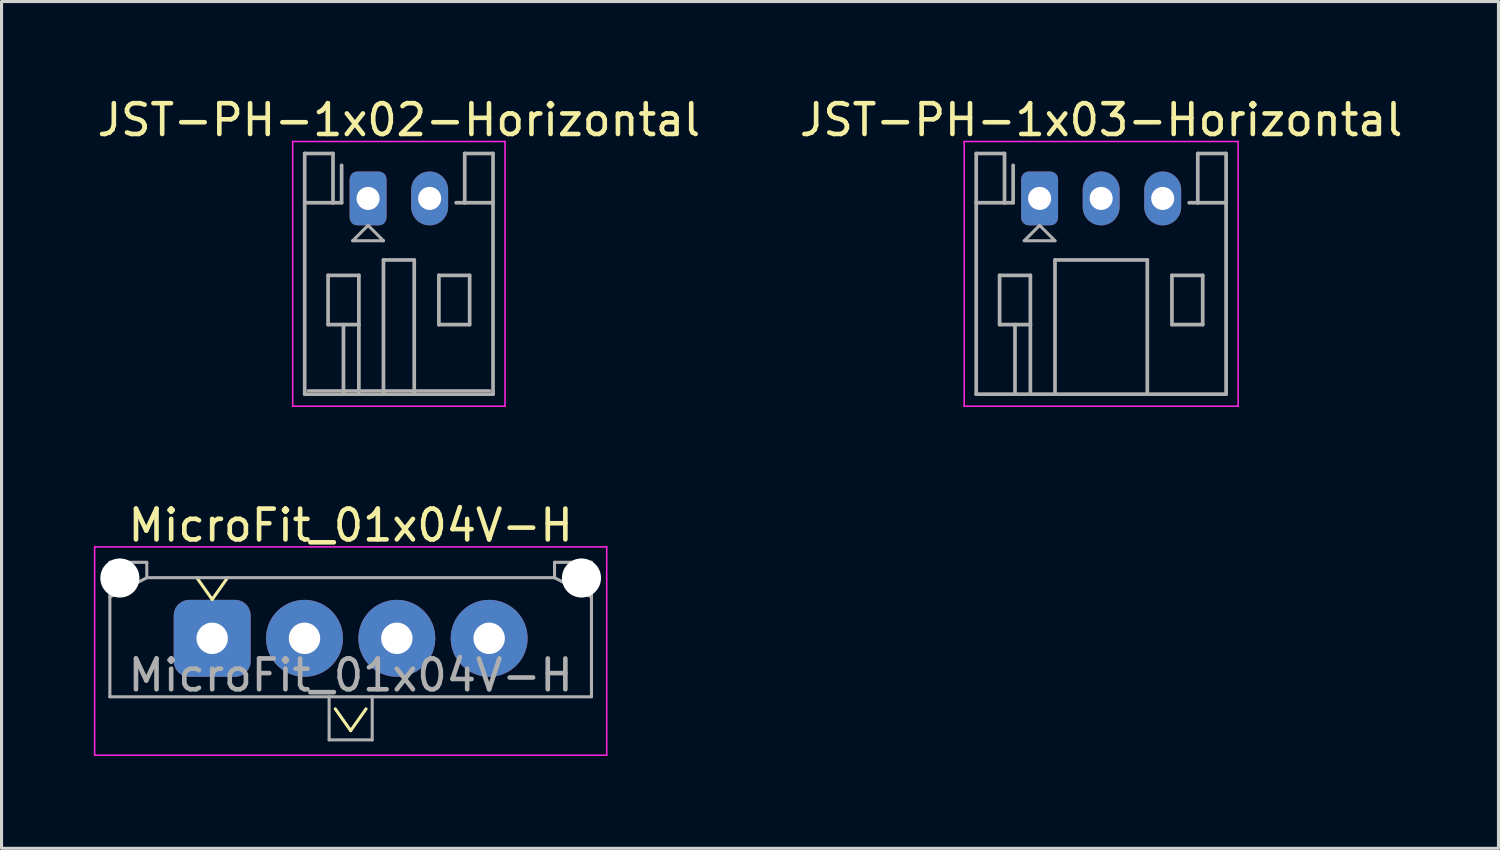
<source format=kicad_pcb>
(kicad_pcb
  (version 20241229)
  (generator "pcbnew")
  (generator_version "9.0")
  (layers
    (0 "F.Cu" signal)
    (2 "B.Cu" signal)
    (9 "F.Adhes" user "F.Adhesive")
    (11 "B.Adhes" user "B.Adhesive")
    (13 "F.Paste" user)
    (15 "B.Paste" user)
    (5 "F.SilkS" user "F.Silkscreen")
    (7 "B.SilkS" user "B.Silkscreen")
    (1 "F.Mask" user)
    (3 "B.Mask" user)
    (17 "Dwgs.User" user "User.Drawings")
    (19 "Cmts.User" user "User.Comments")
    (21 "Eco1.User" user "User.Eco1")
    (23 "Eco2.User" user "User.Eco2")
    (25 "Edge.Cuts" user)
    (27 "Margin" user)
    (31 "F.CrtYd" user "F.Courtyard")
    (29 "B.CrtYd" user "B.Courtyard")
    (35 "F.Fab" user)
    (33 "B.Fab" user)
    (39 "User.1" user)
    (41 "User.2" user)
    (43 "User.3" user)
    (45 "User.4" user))
  (footprint "JST-PH-1x03-Horizontal"
    (layer "F.Cu")
    (at 30.732 3.398)
    (property "Reference" "JST-PH-1x03-Horizontal" (at 2 -2.55 0) (layer "F.SilkS") (effects (font (size 1 1) (thickness 0.15))))
    (attr through_hole)
    (fp_line (start -2.45 -1.85) (end -2.45 6.75) (stroke (width 0.05) (type solid)) (layer "F.CrtYd"))
    (fp_line (start -2.45 6.75) (end 6.45 6.75) (stroke (width 0.05) (type solid)) (layer "F.CrtYd"))
    (fp_line (start 6.45 -1.85) (end -2.45 -1.85) (stroke (width 0.05) (type solid)) (layer "F.CrtYd"))
    (fp_line (start 6.45 6.75) (end 6.45 -1.85) (stroke (width 0.05) (type solid)) (layer "F.CrtYd"))
    (fp_line (start -2.06 -1.46) (end -2.06 6.36) (stroke (width 0.12) (type solid)) (layer "F.Fab"))
    (fp_line (start -2.06 0.14) (end -1.14 0.14) (stroke (width 0.12) (type solid)) (layer "F.Fab"))
    (fp_line (start -2.06 6.36) (end 6.06 6.36) (stroke (width 0.12) (type solid)) (layer "F.Fab"))
    (fp_line (start -1.3 2.5) (end -1.3 4.1) (stroke (width 0.12) (type solid)) (layer "F.Fab"))
    (fp_line (start -1.3 4.1) (end -0.3 4.1) (stroke (width 0.12) (type solid)) (layer "F.Fab"))
    (fp_line (start -1.14 -1.46) (end -2.06 -1.46) (stroke (width 0.12) (type solid)) (layer "F.Fab"))
    (fp_line (start -1.14 0.14) (end -1.14 -1.46) (stroke (width 0.12) (type solid)) (layer "F.Fab"))
    (fp_line (start -0.86 0.14) (end -1.14 0.14) (stroke (width 0.12) (type solid)) (layer "F.Fab"))
    (fp_line (start -0.86 0.14) (end -0.86 -1.075) (stroke (width 0.12) (type solid)) (layer "F.Fab"))
    (fp_line (start -0.8 4.1) (end -0.8 6.36) (stroke (width 0.12) (type solid)) (layer "F.Fab"))
    (fp_line (start -0.5 1.375) (end 0.5 1.375) (stroke (width 0.1) (type solid)) (layer "F.Fab"))
    (fp_line (start -0.3 2.5) (end -1.3 2.5) (stroke (width 0.12) (type solid)) (layer "F.Fab"))
    (fp_line (start -0.3 4.1) (end -0.3 2.5) (stroke (width 0.12) (type solid)) (layer "F.Fab"))
    (fp_line (start -0.3 4.1) (end -0.3 6.36) (stroke (width 0.12) (type solid)) (layer "F.Fab"))
    (fp_line (start 0 0.875) (end -0.5 1.375) (stroke (width 0.1) (type solid)) (layer "F.Fab"))
    (fp_line (start 0.5 1.375) (end 0 0.875) (stroke (width 0.1) (type solid)) (layer "F.Fab"))
    (fp_line (start 0.5 2) (end 3.5 2) (stroke (width 0.12) (type solid)) (layer "F.Fab"))
    (fp_line (start 0.5 6.36) (end 0.5 2) (stroke (width 0.12) (type solid)) (layer "F.Fab"))
    (fp_line (start 3.5 2) (end 3.5 6.36) (stroke (width 0.12) (type solid)) (layer "F.Fab"))
    (fp_line (start 4.3 2.5) (end 5.3 2.5) (stroke (width 0.12) (type solid)) (layer "F.Fab"))
    (fp_line (start 4.3 4.1) (end 4.3 2.5) (stroke (width 0.12) (type solid)) (layer "F.Fab"))
    (fp_line (start 5.14 -1.46) (end 5.14 0.14) (stroke (width 0.12) (type solid)) (layer "F.Fab"))
    (fp_line (start 5.14 0.14) (end 4.86 0.14) (stroke (width 0.12) (type solid)) (layer "F.Fab"))
    (fp_line (start 5.3 2.5) (end 5.3 4.1) (stroke (width 0.12) (type solid)) (layer "F.Fab"))
    (fp_line (start 5.3 4.1) (end 4.3 4.1) (stroke (width 0.12) (type solid)) (layer "F.Fab"))
    (fp_line (start 6.06 -1.46) (end 5.14 -1.46) (stroke (width 0.12) (type solid)) (layer "F.Fab"))
    (fp_line (start 6.06 0.14) (end 5.14 0.14) (stroke (width 0.12) (type solid)) (layer "F.Fab"))
    (fp_line (start 6.06 6.36) (end 6.06 -1.46) (stroke (width 0.12) (type solid)) (layer "F.Fab"))
    (pad "1" thru_hole roundrect (at 0 0) (size 1.2 1.75) (drill 0.75) (layers "*.Cu" "*.Mask") (roundrect_rratio 0.208))
    (pad "2" thru_hole oval (at 2 0) (size 1.2 1.75) (drill 0.75) (layers "*.Cu" "*.Mask"))
    (pad "3" thru_hole oval (at 4 0) (size 1.2 1.75) (drill 0.75) (layers "*.Cu" "*.Mask")))
  (footprint "MicroFit_01x04V-H"
    (layer "F.Cu")
    (at 8.345 17.692)
    (property "Reference" "MicroFit_01x04V-H" (at 0 -3.67 0) (layer "F.SilkS") (effects (font (size 1 1) (thickness 0.15))))
    (attr through_hole)
    (fp_line (start -5 -1.97) (end -4.5 -1.263) (stroke (width 0.1) (type solid)) (layer "F.SilkS"))
    (fp_line (start -4.5 -1.263) (end -4 -1.97) (stroke (width 0.1) (type solid)) (layer "F.SilkS"))
    (fp_line (start -0.5 2.293) (end 0 3) (stroke (width 0.1) (type solid)) (layer "F.SilkS"))
    (fp_line (start 0 3) (end 0.5 2.293) (stroke (width 0.1) (type solid)) (layer "F.SilkS"))
    (fp_line (start -8.32 -2.97) (end 8.32 -2.97) (stroke (width 0.05) (type solid)) (layer "F.CrtYd"))
    (fp_line (start -8.32 3.8) (end -8.32 -2.97) (stroke (width 0.05) (type solid)) (layer "F.CrtYd"))
    (fp_line (start 8.32 -2.97) (end 8.32 3.8) (stroke (width 0.05) (type solid)) (layer "F.CrtYd"))
    (fp_line (start 8.32 3.8) (end -8.32 3.8) (stroke (width 0.05) (type solid)) (layer "F.CrtYd"))
    (fp_line (start -7.825 -2.47) (end -7.825 1.9) (stroke (width 0.1) (type solid)) (layer "F.Fab"))
    (fp_line (start -7.825 -1.34) (end -6.625 -1.97) (stroke (width 0.1) (type solid)) (layer "F.Fab"))
    (fp_line (start -7.825 1.9) (end 7.825 1.9) (stroke (width 0.1) (type solid)) (layer "F.Fab"))
    (fp_line (start -6.625 -2.47) (end -7.825 -2.47) (stroke (width 0.1) (type solid)) (layer "F.Fab"))
    (fp_line (start -6.625 -1.97) (end -6.625 -2.47) (stroke (width 0.1) (type solid)) (layer "F.Fab"))
    (fp_line (start -0.7 1.9) (end -0.7 3.3) (stroke (width 0.1) (type solid)) (layer "F.Fab"))
    (fp_line (start -0.7 3.3) (end 0.7 3.3) (stroke (width 0.1) (type solid)) (layer "F.Fab"))
    (fp_line (start 0.7 3.3) (end 0.7 1.9) (stroke (width 0.1) (type solid)) (layer "F.Fab"))
    (fp_line (start 6.625 -2.47) (end 6.625 -1.97) (stroke (width 0.1) (type solid)) (layer "F.Fab"))
    (fp_line (start 6.625 -1.97) (end -6.625 -1.97) (stroke (width 0.1) (type solid)) (layer "F.Fab"))
    (fp_line (start 7.825 -2.47) (end 6.625 -2.47) (stroke (width 0.1) (type solid)) (layer "F.Fab"))
    (fp_line (start 7.825 -1.34) (end 6.625 -1.97) (stroke (width 0.1) (type solid)) (layer "F.Fab"))
    (fp_line (start 7.825 1.9) (end 7.825 -2.47) (stroke (width 0.1) (type solid)) (layer "F.Fab"))
    (fp_text user "${REFERENCE}" (at 0 1.2 0) (layer "F.Fab") (effects (font (size 1 1) (thickness 0.15))))
    (pad "" np_thru_hole circle (at -7.5 -1.96) (size 1.27 1.27) (drill 1.27) (layers "*.Cu" "*.Mask"))
    (pad "" np_thru_hole circle (at 7.5 -1.96) (size 1.27 1.27) (drill 1.27) (layers "*.Cu" "*.Mask"))
    (pad "1" thru_hole roundrect (at -4.5 0) (size 2.5 2.5) (drill 1.02) (layers "*.Cu" "*.Mask") (roundrect_rratio 0.2))
    (pad "2" thru_hole circle (at -1.5 0) (size 2.5 2.5) (drill 1.02) (layers "*.Cu" "*.Mask"))
    (pad "3" thru_hole circle (at 1.5 0) (size 2.5 2.5) (drill 1.02) (layers "*.Cu" "*.Mask"))
    (pad "4" thru_hole circle (at 4.5 0) (size 2.5 2.5) (drill 1.02) (layers "*.Cu" "*.Mask")))
  (footprint "JST-PH-1x02-Horizontal"
    (layer "F.Cu")
    (at 8.911 3.398)
    (property "Reference" "JST-PH-1x02-Horizontal" (at 1 -2.55 0) (layer "F.SilkS") (effects (font (size 1 1) (thickness 0.15))))
    (attr through_hole)
    (fp_line (start -2.45 -1.85) (end -2.45 6.75) (stroke (width 0.05) (type solid)) (layer "F.CrtYd"))
    (fp_line (start -2.45 6.75) (end 4.45 6.75) (stroke (width 0.05) (type solid)) (layer "F.CrtYd"))
    (fp_line (start 4.45 -1.85) (end -2.45 -1.85) (stroke (width 0.05) (type solid)) (layer "F.CrtYd"))
    (fp_line (start 4.45 6.75) (end 4.45 -1.85) (stroke (width 0.05) (type solid)) (layer "F.CrtYd"))
    (fp_line (start -2.06 -1.46) (end -2.06 6.36) (stroke (width 0.12) (type solid)) (layer "F.Fab"))
    (fp_line (start -2.06 0.14) (end -1.14 0.14) (stroke (width 0.12) (type solid)) (layer "F.Fab"))
    (fp_line (start -2.06 6.36) (end 4.06 6.36) (stroke (width 0.12) (type solid)) (layer "F.Fab"))
    (fp_line (start -1.95 6.25) (end 3.95 6.25) (stroke (width 0.1) (type solid)) (layer "F.Fab"))
    (fp_line (start -1.3 2.5) (end -1.3 4.1) (stroke (width 0.12) (type solid)) (layer "F.Fab"))
    (fp_line (start -1.3 4.1) (end -0.3 4.1) (stroke (width 0.12) (type solid)) (layer "F.Fab"))
    (fp_line (start -1.14 -1.46) (end -2.06 -1.46) (stroke (width 0.12) (type solid)) (layer "F.Fab"))
    (fp_line (start -1.14 0.14) (end -1.14 -1.46) (stroke (width 0.12) (type solid)) (layer "F.Fab"))
    (fp_line (start -0.86 0.14) (end -1.14 0.14) (stroke (width 0.12) (type solid)) (layer "F.Fab"))
    (fp_line (start -0.86 0.14) (end -0.86 -1.075) (stroke (width 0.12) (type solid)) (layer "F.Fab"))
    (fp_line (start -0.8 4.1) (end -0.8 6.36) (stroke (width 0.12) (type solid)) (layer "F.Fab"))
    (fp_line (start -0.5 1.375) (end 0.5 1.375) (stroke (width 0.1) (type solid)) (layer "F.Fab"))
    (fp_line (start -0.3 2.5) (end -1.3 2.5) (stroke (width 0.12) (type solid)) (layer "F.Fab"))
    (fp_line (start -0.3 4.1) (end -0.3 2.5) (stroke (width 0.12) (type solid)) (layer "F.Fab"))
    (fp_line (start -0.3 4.1) (end -0.3 6.36) (stroke (width 0.12) (type solid)) (layer "F.Fab"))
    (fp_line (start 0 0.875) (end -0.5 1.375) (stroke (width 0.1) (type solid)) (layer "F.Fab"))
    (fp_line (start 0.5 1.375) (end 0 0.875) (stroke (width 0.1) (type solid)) (layer "F.Fab"))
    (fp_line (start 0.5 2) (end 1.5 2) (stroke (width 0.12) (type solid)) (layer "F.Fab"))
    (fp_line (start 0.5 6.36) (end 0.5 2) (stroke (width 0.12) (type solid)) (layer "F.Fab"))
    (fp_line (start 1.5 2) (end 1.5 6.36) (stroke (width 0.12) (type solid)) (layer "F.Fab"))
    (fp_line (start 2.3 2.5) (end 3.3 2.5) (stroke (width 0.12) (type solid)) (layer "F.Fab"))
    (fp_line (start 2.3 4.1) (end 2.3 2.5) (stroke (width 0.12) (type solid)) (layer "F.Fab"))
    (fp_line (start 3.14 -1.46) (end 3.14 0.14) (stroke (width 0.12) (type solid)) (layer "F.Fab"))
    (fp_line (start 3.14 0.14) (end 2.86 0.14) (stroke (width 0.12) (type solid)) (layer "F.Fab"))
    (fp_line (start 3.3 2.5) (end 3.3 4.1) (stroke (width 0.12) (type solid)) (layer "F.Fab"))
    (fp_line (start 3.3 4.1) (end 2.3 4.1) (stroke (width 0.12) (type solid)) (layer "F.Fab"))
    (fp_line (start 4.06 -1.46) (end 3.14 -1.46) (stroke (width 0.12) (type solid)) (layer "F.Fab"))
    (fp_line (start 4.06 0.14) (end 3.14 0.14) (stroke (width 0.12) (type solid)) (layer "F.Fab"))
    (fp_line (start 4.06 6.36) (end 4.06 -1.46) (stroke (width 0.12) (type solid)) (layer "F.Fab"))
    (pad "1" thru_hole roundrect (at 0 0) (size 1.2 1.75) (drill 0.75) (layers "*.Cu" "*.Mask") (roundrect_rratio 0.208))
    (pad "2" thru_hole oval (at 2 0) (size 1.2 1.75) (drill 0.75) (layers "*.Cu" "*.Mask")))
  (gr_rect
    (start -3 -3)
    (end 45.643 24.517)
    (stroke (width 0.1) (type default))
    (fill no)
    (layer "Edge.Cuts")))
</source>
